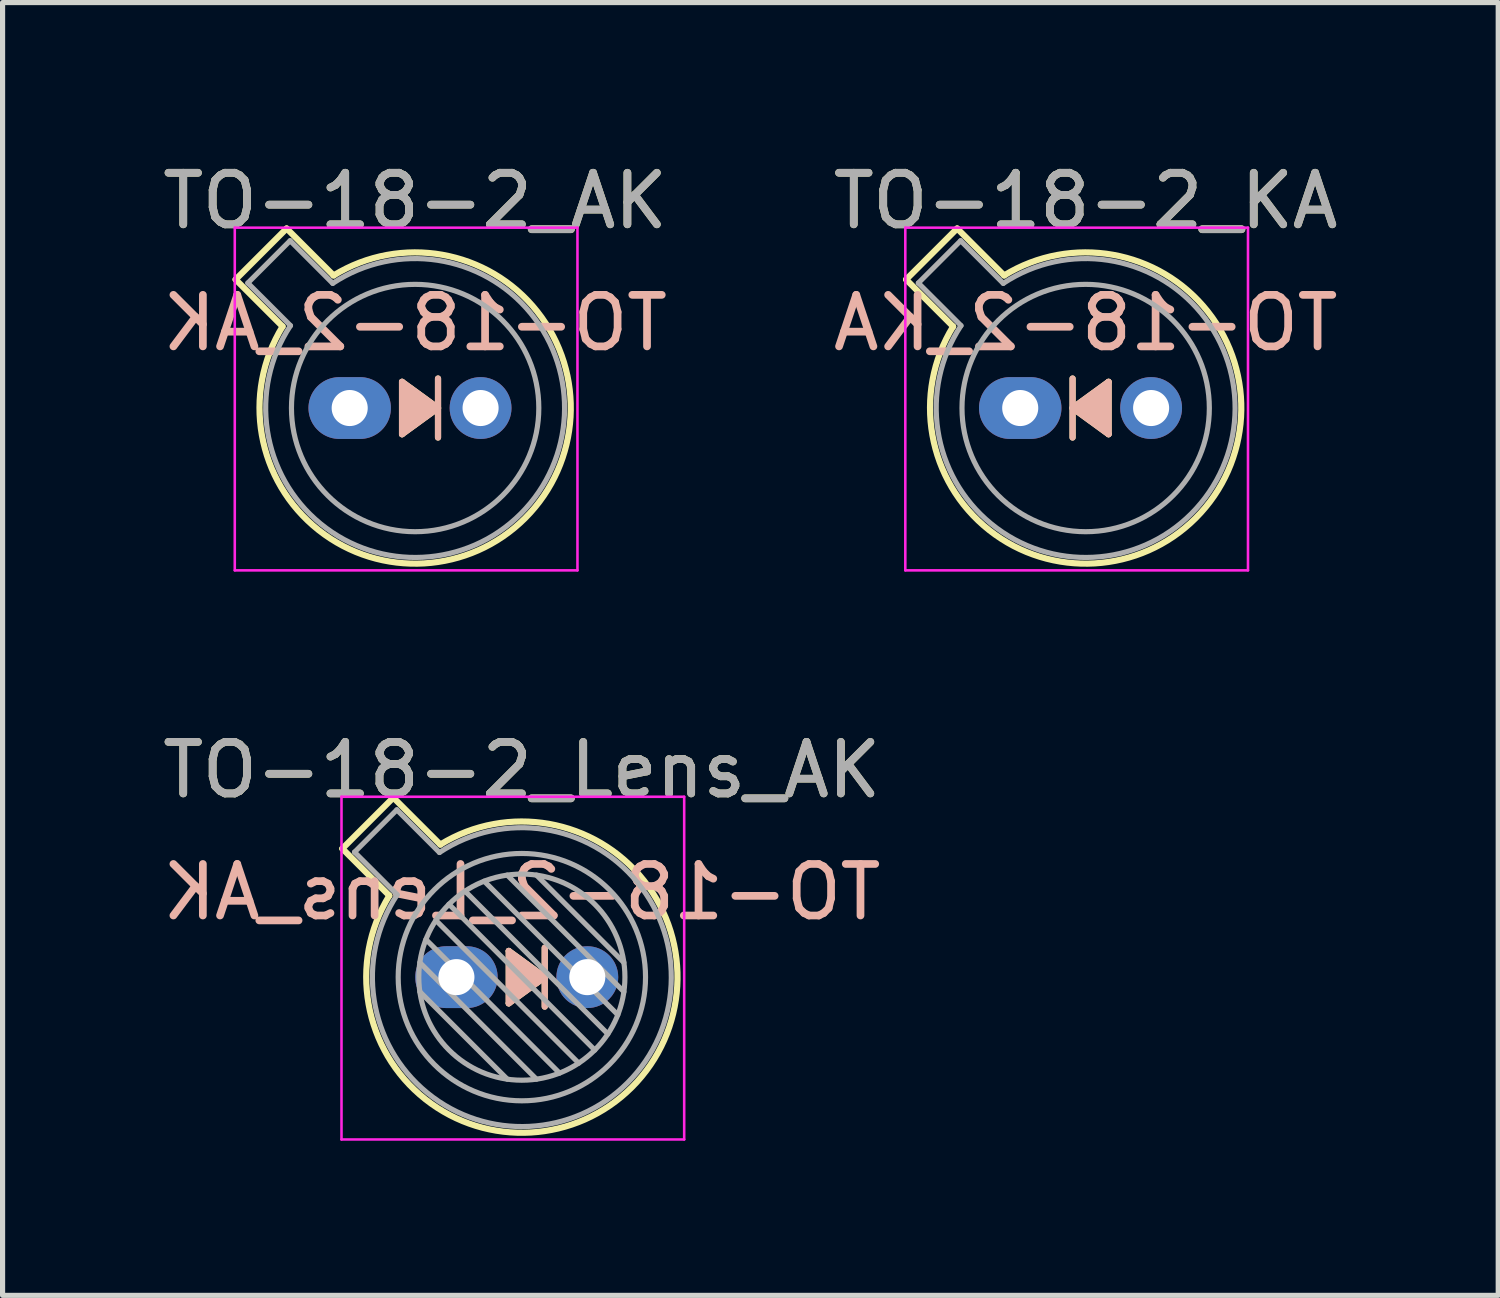
<source format=kicad_pcb>
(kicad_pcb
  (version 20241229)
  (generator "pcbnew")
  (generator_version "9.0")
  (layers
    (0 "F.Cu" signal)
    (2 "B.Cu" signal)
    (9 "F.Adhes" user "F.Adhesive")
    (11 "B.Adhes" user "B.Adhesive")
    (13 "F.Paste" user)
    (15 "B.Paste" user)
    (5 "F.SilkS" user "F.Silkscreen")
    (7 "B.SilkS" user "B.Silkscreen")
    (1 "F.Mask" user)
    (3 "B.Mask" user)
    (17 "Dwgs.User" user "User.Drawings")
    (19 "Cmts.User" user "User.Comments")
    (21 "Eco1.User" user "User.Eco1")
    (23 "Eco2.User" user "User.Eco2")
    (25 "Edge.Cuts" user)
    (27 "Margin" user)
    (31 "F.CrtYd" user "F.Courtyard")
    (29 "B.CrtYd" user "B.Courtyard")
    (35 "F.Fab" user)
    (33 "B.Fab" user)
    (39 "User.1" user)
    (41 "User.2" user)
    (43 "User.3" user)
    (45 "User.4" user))
  (footprint "TO-18-2_KA"
    (layer "F.Cu")
    (at 16.748 4.868)
    (property "Reference" "TO-18-2_KA" (at 1.27 -4.02 0) (layer "F.SilkS") (effects (font (size 1 1) (thickness 0.15))))
    (fp_line (start -2.214 -2.494) (end -1.302 -1.582) (stroke (width 0.12) (type solid)) (layer "F.SilkS"))
    (fp_line (start -1.224 -3.484) (end -2.214 -2.494) (stroke (width 0.12) (type solid)) (layer "F.SilkS"))
    (fp_line (start -0.312 -2.572) (end -1.224 -3.484) (stroke (width 0.12) (type solid)) (layer "F.SilkS"))
    (fp_line (start 1.016 0) (end 1.714 -0.508) (stroke (width 0.12) (type solid)) (layer "F.SilkS"))
    (fp_line (start 1.016 0.572) (end 1.016 -0.572) (stroke (width 0.12) (type solid)) (layer "F.SilkS"))
    (fp_line (start 1.714 -0.508) (end 1.714 0.508) (stroke (width 0.12) (type solid)) (layer "F.SilkS"))
    (fp_line (start 1.714 0.508) (end 1.016 0) (stroke (width 0.12) (type solid)) (layer "F.SilkS"))
    (fp_arc (start -0.312331 -2.572281) (mid 3.405374 2.135551) (end -1.30215 -1.582544) (stroke (width 0.12) (type solid)) (layer "F.SilkS"))
    (fp_poly (pts (xy 1.016 0) (xy 1.714 -0.508) (xy 1.714 0.508)) (stroke (width 0.1) (type solid)) (fill yes) (layer "F.SilkS"))
    (fp_line (start 1.016 -0.572) (end 1.016 0.572) (stroke (width 0.12) (type solid)) (layer "B.SilkS"))
    (fp_line (start 1.016 0) (end 1.714 0.508) (stroke (width 0.12) (type solid)) (layer "B.SilkS"))
    (fp_line (start 1.714 -0.508) (end 1.016 0) (stroke (width 0.12) (type solid)) (layer "B.SilkS"))
    (fp_line (start 1.714 0.508) (end 1.714 -0.508) (stroke (width 0.12) (type solid)) (layer "B.SilkS"))
    (fp_poly (pts (xy 1.016 0) (xy 1.714 0.508) (xy 1.714 -0.508)) (stroke (width 0.1) (type solid)) (fill yes) (layer "B.SilkS"))
    (fp_line (start -2.23 -3.5) (end -2.23 3.15) (stroke (width 0.05) (type solid)) (layer "F.CrtYd"))
    (fp_line (start -2.23 3.15) (end 4.42 3.15) (stroke (width 0.05) (type solid)) (layer "F.CrtYd"))
    (fp_line (start 4.42 -3.5) (end -2.23 -3.5) (stroke (width 0.05) (type solid)) (layer "F.CrtYd"))
    (fp_line (start 4.42 3.15) (end 4.42 -3.5) (stroke (width 0.05) (type solid)) (layer "F.CrtYd"))
    (fp_line (start -1.977 -2.426) (end -1.149 -1.599) (stroke (width 0.1) (type solid)) (layer "F.Fab"))
    (fp_line (start -1.156 -3.247) (end -1.977 -2.426) (stroke (width 0.1) (type solid)) (layer "F.Fab"))
    (fp_line (start -0.329 -2.419) (end -1.156 -3.247) (stroke (width 0.1) (type solid)) (layer "F.Fab"))
    (fp_arc (start -0.329057 -2.419301) (mid 3.321076 2.050143) (end -1.150029 -1.597956) (stroke (width 0.1) (type solid)) (layer "F.Fab"))
    (fp_circle (center 1.27 0) (end 3.67 0) (stroke (width 0.1) (type solid)) (fill no) (layer "F.Fab"))
    (fp_text user "${REFERENCE}" (at 1.27 -1.651 0) (layer "B.SilkS") (effects (font (size 1 1) (thickness 0.15)) (justify mirror)))
    (fp_text user "${REFERENCE}" (at 1.27 -4.02 0) (layer "F.Fab") (effects (font (size 1 1) (thickness 0.15))))
    (pad "1" thru_hole oval (at 0 0) (size 1.6 1.2) (drill 0.7) (layers "*.Cu" "*.Mask"))
    (pad "2" thru_hole oval (at 2.54 0) (size 1.2 1.2) (drill 0.7) (layers "*.Cu" "*.Mask")))
  (footprint "TO-18-2_Lens_AK"
    (layer "F.Cu")
    (at 5.807 15.912)
    (property "Reference" "TO-18-2_Lens_AK" (at 1.27 -4.02 0) (layer "F.SilkS") (effects (font (size 1 1) (thickness 0.15))))
    (fp_line (start -2.214 -2.494) (end -1.302 -1.582) (stroke (width 0.12) (type solid)) (layer "F.SilkS"))
    (fp_line (start -1.224 -3.484) (end -2.214 -2.494) (stroke (width 0.12) (type solid)) (layer "F.SilkS"))
    (fp_line (start -0.312 -2.572) (end -1.224 -3.484) (stroke (width 0.12) (type solid)) (layer "F.SilkS"))
    (fp_line (start 1.016 -0.508) (end 1.714 0) (stroke (width 0.12) (type solid)) (layer "F.SilkS"))
    (fp_line (start 1.016 0.508) (end 1.016 -0.508) (stroke (width 0.12) (type solid)) (layer "F.SilkS"))
    (fp_line (start 1.714 -0.572) (end 1.714 0.572) (stroke (width 0.12) (type solid)) (layer "F.SilkS"))
    (fp_line (start 1.714 0) (end 1.016 0.508) (stroke (width 0.12) (type solid)) (layer "F.SilkS"))
    (fp_arc (start -0.312331 -2.572281) (mid 3.405374 2.135551) (end -1.30215 -1.582544) (stroke (width 0.12) (type solid)) (layer "F.SilkS"))
    (fp_poly (pts (xy 1.714 0) (xy 1.016 0.508) (xy 1.016 -0.508)) (stroke (width 0.1) (type solid)) (fill yes) (layer "F.SilkS"))
    (fp_line (start 1.016 -0.508) (end 1.016 0.508) (stroke (width 0.12) (type solid)) (layer "B.SilkS"))
    (fp_line (start 1.016 0.508) (end 1.714 0) (stroke (width 0.12) (type solid)) (layer "B.SilkS"))
    (fp_line (start 1.714 0) (end 1.016 -0.508) (stroke (width 0.12) (type solid)) (layer "B.SilkS"))
    (fp_line (start 1.714 0.572) (end 1.714 -0.572) (stroke (width 0.12) (type solid)) (layer "B.SilkS"))
    (fp_poly (pts (xy 1.714 0) (xy 1.016 -0.508) (xy 1.016 0.508)) (stroke (width 0.1) (type solid)) (fill yes) (layer "B.SilkS"))
    (fp_line (start -2.23 -3.5) (end -2.23 3.15) (stroke (width 0.05) (type solid)) (layer "F.CrtYd"))
    (fp_line (start -2.23 3.15) (end 4.42 3.15) (stroke (width 0.05) (type solid)) (layer "F.CrtYd"))
    (fp_line (start 4.42 -3.5) (end -2.23 -3.5) (stroke (width 0.05) (type solid)) (layer "F.CrtYd"))
    (fp_line (start 4.42 3.15) (end 4.42 -3.5) (stroke (width 0.05) (type solid)) (layer "F.CrtYd"))
    (fp_line (start -1.977 -2.426) (end -1.149 -1.599) (stroke (width 0.1) (type solid)) (layer "F.Fab"))
    (fp_line (start -1.156 -3.247) (end -1.977 -2.426) (stroke (width 0.1) (type solid)) (layer "F.Fab"))
    (fp_line (start -0.71 -0.283) (end 1.553 1.98) (stroke (width 0.1) (type solid)) (layer "F.Fab"))
    (fp_line (start -0.71 0.283) (end 0.987 1.98) (stroke (width 0.1) (type solid)) (layer "F.Fab"))
    (fp_line (start -0.592 -0.731) (end 2.001 1.862) (stroke (width 0.1) (type solid)) (layer "F.Fab"))
    (fp_line (start -0.399 -1.103) (end 2.373 1.669) (stroke (width 0.1) (type solid)) (layer "F.Fab"))
    (fp_line (start -0.329 -2.419) (end -1.156 -3.247) (stroke (width 0.1) (type solid)) (layer "F.Fab"))
    (fp_line (start -0.145 -1.415) (end 2.685 1.415) (stroke (width 0.1) (type solid)) (layer "F.Fab"))
    (fp_line (start 0.167 -1.669) (end 2.939 1.103) (stroke (width 0.1) (type solid)) (layer "F.Fab"))
    (fp_line (start 0.539 -1.862) (end 3.132 0.731) (stroke (width 0.1) (type solid)) (layer "F.Fab"))
    (fp_line (start 0.987 -1.98) (end 3.25 0.283) (stroke (width 0.1) (type solid)) (layer "F.Fab"))
    (fp_line (start 1.553 -1.98) (end 3.25 -0.283) (stroke (width 0.1) (type solid)) (layer "F.Fab"))
    (fp_arc (start -0.329057 -2.419301) (mid 3.321076 2.050143) (end -1.150029 -1.597956) (stroke (width 0.1) (type solid)) (layer "F.Fab"))
    (fp_circle (center 1.27 0) (end 3.27 0) (stroke (width 0.1) (type solid)) (fill no) (layer "F.Fab"))
    (fp_circle (center 1.27 0) (end 3.67 0) (stroke (width 0.1) (type solid)) (fill no) (layer "F.Fab"))
    (fp_text user "${REFERENCE}" (at 1.27 -1.651 0) (layer "B.SilkS") (effects (font (size 1 1) (thickness 0.15)) (justify mirror)))
    (fp_text user "${REFERENCE}" (at 1.27 -4.02 0) (layer "F.Fab") (effects (font (size 1 1) (thickness 0.15))))
    (pad "1" thru_hole oval (at 0 0) (size 1.6 1.2) (drill 0.7) (layers "*.Cu" "*.Mask"))
    (pad "2" thru_hole oval (at 2.54 0) (size 1.2 1.2) (drill 0.7) (layers "*.Cu" "*.Mask")))
  (footprint "TO-18-2_AK"
    (layer "F.Cu")
    (at 3.736 4.868)
    (property "Reference" "TO-18-2_AK" (at 1.27 -4.02 0) (layer "F.SilkS") (effects (font (size 1 1) (thickness 0.15))))
    (fp_line (start -2.214 -2.494) (end -1.302 -1.582) (stroke (width 0.12) (type solid)) (layer "F.SilkS"))
    (fp_line (start -1.224 -3.484) (end -2.214 -2.494) (stroke (width 0.12) (type solid)) (layer "F.SilkS"))
    (fp_line (start -0.312 -2.572) (end -1.224 -3.484) (stroke (width 0.12) (type solid)) (layer "F.SilkS"))
    (fp_line (start 1.016 -0.508) (end 1.714 0) (stroke (width 0.12) (type solid)) (layer "F.SilkS"))
    (fp_line (start 1.016 0.508) (end 1.016 -0.508) (stroke (width 0.12) (type solid)) (layer "F.SilkS"))
    (fp_line (start 1.714 -0.572) (end 1.714 0.572) (stroke (width 0.12) (type solid)) (layer "F.SilkS"))
    (fp_line (start 1.714 0) (end 1.016 0.508) (stroke (width 0.12) (type solid)) (layer "F.SilkS"))
    (fp_arc (start -0.312331 -2.572281) (mid 3.405374 2.135551) (end -1.30215 -1.582544) (stroke (width 0.12) (type solid)) (layer "F.SilkS"))
    (fp_poly (pts (xy 1.714 0) (xy 1.016 0.508) (xy 1.016 -0.508)) (stroke (width 0.1) (type solid)) (fill yes) (layer "F.SilkS"))
    (fp_line (start 1.016 -0.508) (end 1.016 0.508) (stroke (width 0.12) (type solid)) (layer "B.SilkS"))
    (fp_line (start 1.016 0.508) (end 1.714 0) (stroke (width 0.12) (type solid)) (layer "B.SilkS"))
    (fp_line (start 1.714 0) (end 1.016 -0.508) (stroke (width 0.12) (type solid)) (layer "B.SilkS"))
    (fp_line (start 1.714 0.572) (end 1.714 -0.572) (stroke (width 0.12) (type solid)) (layer "B.SilkS"))
    (fp_poly (pts (xy 1.714 0) (xy 1.016 -0.508) (xy 1.016 0.508)) (stroke (width 0.1) (type solid)) (fill yes) (layer "B.SilkS"))
    (fp_line (start -2.23 -3.5) (end -2.23 3.15) (stroke (width 0.05) (type solid)) (layer "F.CrtYd"))
    (fp_line (start -2.23 3.15) (end 4.42 3.15) (stroke (width 0.05) (type solid)) (layer "F.CrtYd"))
    (fp_line (start 4.42 -3.5) (end -2.23 -3.5) (stroke (width 0.05) (type solid)) (layer "F.CrtYd"))
    (fp_line (start 4.42 3.15) (end 4.42 -3.5) (stroke (width 0.05) (type solid)) (layer "F.CrtYd"))
    (fp_line (start -1.977 -2.426) (end -1.149 -1.599) (stroke (width 0.1) (type solid)) (layer "F.Fab"))
    (fp_line (start -1.156 -3.247) (end -1.977 -2.426) (stroke (width 0.1) (type solid)) (layer "F.Fab"))
    (fp_line (start -0.329 -2.419) (end -1.156 -3.247) (stroke (width 0.1) (type solid)) (layer "F.Fab"))
    (fp_arc (start -0.329057 -2.419301) (mid 3.321076 2.050143) (end -1.150029 -1.597956) (stroke (width 0.1) (type solid)) (layer "F.Fab"))
    (fp_circle (center 1.27 0) (end 3.67 0) (stroke (width 0.1) (type solid)) (fill no) (layer "F.Fab"))
    (fp_text user "${REFERENCE}" (at 1.27 -1.651 0) (layer "B.SilkS") (effects (font (size 1 1) (thickness 0.15)) (justify mirror)))
    (fp_text user "${REFERENCE}" (at 1.27 -4.02 0) (layer "F.Fab") (effects (font (size 1 1) (thickness 0.15))))
    (pad "1" thru_hole oval (at 0 0) (size 1.6 1.2) (drill 0.7) (layers "*.Cu" "*.Mask"))
    (pad "2" thru_hole oval (at 2.54 0) (size 1.2 1.2) (drill 0.7) (layers "*.Cu" "*.Mask")))
  (gr_rect
    (start -3 -3)
    (end 26.024 22.087)
    (stroke (width 0.1) (type default))
    (fill no)
    (layer "Edge.Cuts")))
</source>
